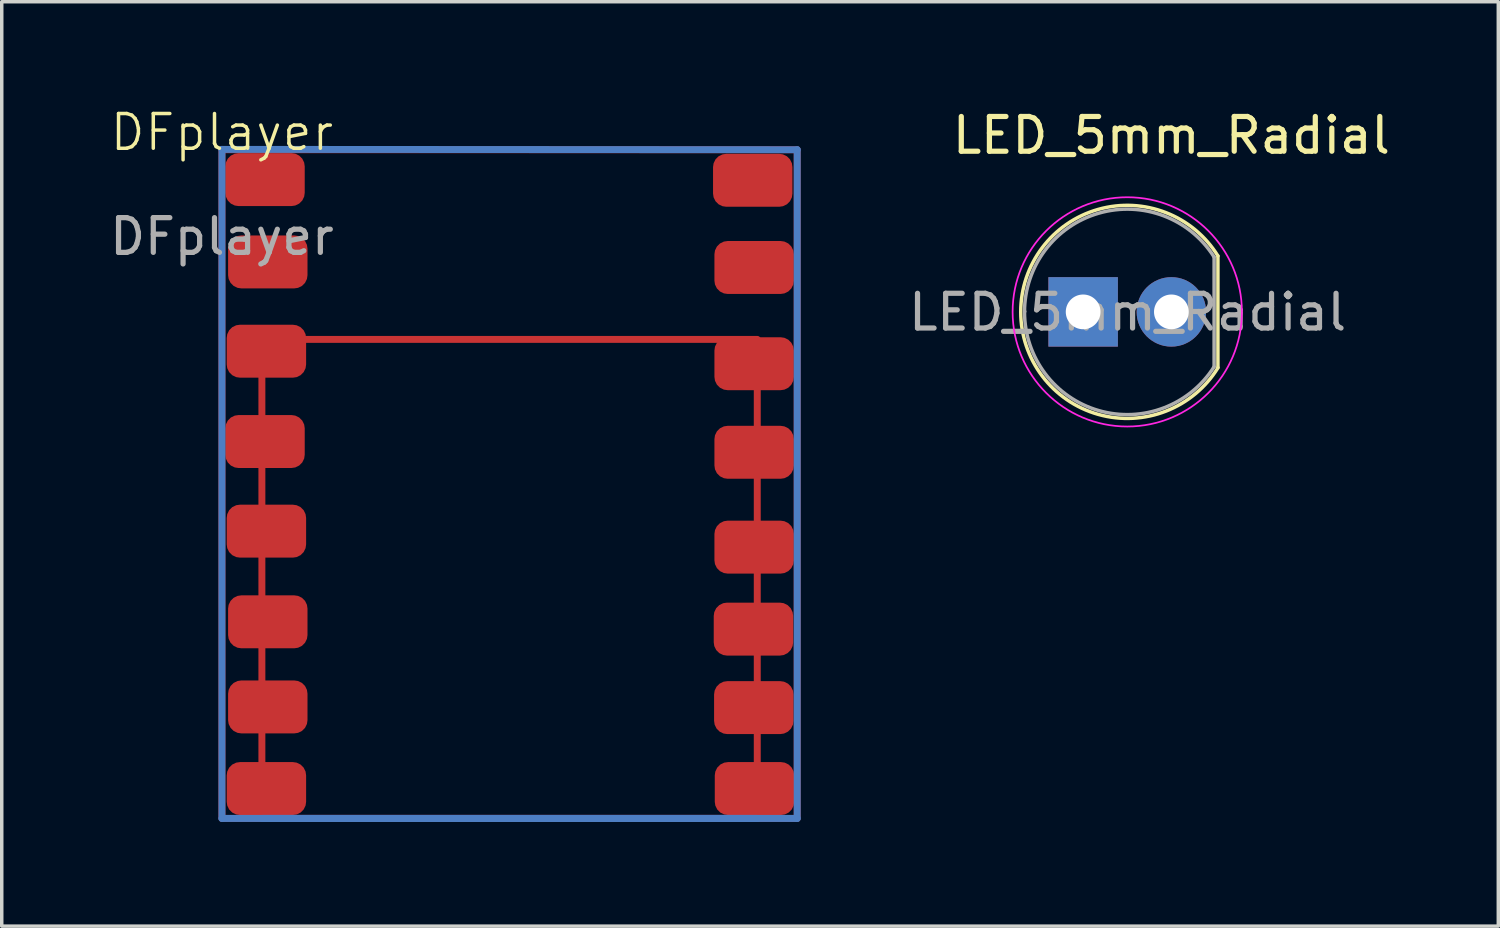
<source format=kicad_pcb>
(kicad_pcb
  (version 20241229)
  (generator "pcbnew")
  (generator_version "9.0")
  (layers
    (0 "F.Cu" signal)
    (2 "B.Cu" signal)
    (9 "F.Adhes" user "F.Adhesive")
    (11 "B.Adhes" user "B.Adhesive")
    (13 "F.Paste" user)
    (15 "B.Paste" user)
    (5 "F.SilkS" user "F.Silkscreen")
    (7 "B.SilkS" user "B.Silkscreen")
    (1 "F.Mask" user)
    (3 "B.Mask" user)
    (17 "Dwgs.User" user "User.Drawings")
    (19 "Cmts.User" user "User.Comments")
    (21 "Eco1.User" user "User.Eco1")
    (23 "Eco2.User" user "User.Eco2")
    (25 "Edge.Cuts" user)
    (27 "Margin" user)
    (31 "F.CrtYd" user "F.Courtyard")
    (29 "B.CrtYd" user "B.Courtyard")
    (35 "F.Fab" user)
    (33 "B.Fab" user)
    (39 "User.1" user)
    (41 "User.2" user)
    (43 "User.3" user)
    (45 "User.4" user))
  (footprint "LED_5mm_Radial"
    (layer "F.Cu")
    (at 30.67 5.928)
    (property "Reference" "LED_5mm_Radial" (at 0 -5.08 0) (layer "F.SilkS") (effects (font (size 1 1) (thickness 0.15))))
    (attr through_hole)
    (fp_line (start 1.34 1.6) (end 1.34 -1.61) (stroke (width 0.1) (type solid)) (layer "F.SilkS"))
    (fp_arc (start 1.341718 1.607211) (mid -4.336626 0.001638) (end 1.34 -1.61) (stroke (width 0.1) (type solid)) (layer "F.SilkS"))
    (fp_circle (center -1.27 0) (end -4.57 0) (stroke (width 0.05) (type solid)) (fill no) (layer "F.CrtYd"))
    (fp_line (start -4.22 -0.01) (end -4.22 -0.01) (stroke (width 0.1) (type solid)) (layer "F.Fab"))
    (fp_line (start 1.23 -1.58) (end 1.23 1.58) (stroke (width 0.1) (type solid)) (layer "F.Fab"))
    (fp_arc (start 1.23 1.58) (mid -4.227431 0) (end 1.23 -1.58) (stroke (width 0.1) (type solid)) (layer "F.Fab"))
    (fp_text user "${REFERENCE}" (at -1.26 0.01 0) (layer "F.Fab") (effects (font (size 1 1) (thickness 0.15))))
    (pad "1" thru_hole rect (at -2.54 0) (size 2 2) (drill 1) (layers "*.Cu" "*.Mask"))
    (pad "2" thru_hole circle (at 0 0) (size 2 2) (drill 1) (layers "*.Cu" "*.Mask")))
  (footprint "DFplayer"
    (layer "F.Cu")
    (at 3.339 1.26)
    (property "Reference" "DFplayer" (at 0 -0.5 0) (unlocked yes) (layer "F.SilkS") (effects (font (size 1 1) (thickness 0.1))))
    (attr smd)
    (fp_rect (start 0 19.25) (end 16.56 0) (stroke (width 0.2) (type default)) (fill no) (layer "F.Cu"))
    (fp_rect (start 1.15 19.25) (end 15.41 5.46) (stroke (width 0.2) (type default)) (fill no) (layer "F.Cu"))
    (fp_line (start 0 -0.01) (end 16.56 0) (stroke (width 0.2) (type default)) (layer "B.Cu"))
    (fp_line (start 0 19.25) (end 0 -0.01) (stroke (width 0.2) (type default)) (layer "B.Cu"))
    (fp_line (start 15.41 19.25) (end 1.16 19.25) (stroke (width 0.2) (type default)) (layer "B.Cu"))
    (fp_line (start 16.56 0) (end 16.56 19.25) (stroke (width 0.2) (type default)) (layer "B.Cu"))
    (fp_line (start 16.56 19.25) (end 0 19.25) (stroke (width 0.2) (type default)) (layer "B.Cu"))
    (fp_text user "${REFERENCE}" (at 0 2.5 0) (unlocked yes) (layer "F.Fab") (effects (font (size 1 1) (thickness 0.15))))
    (pad "1" smd roundrect (at 1.24 0.86) (size 2.286 1.524) (layers "F.Cu" "F.Mask" "F.Paste") (roundrect_rratio 0.25))
    (pad "2" smd roundrect (at 1.32 3.23) (size 2.286 1.524) (layers "F.Cu" "F.Mask" "F.Paste") (roundrect_rratio 0.25))
    (pad "3" smd roundrect (at 1.28 5.8) (size 2.286 1.524) (layers "F.Cu" "F.Mask" "F.Paste") (roundrect_rratio 0.25))
    (pad "4" smd roundrect (at 1.24 8.4) (size 2.286 1.524) (layers "F.Cu" "F.Mask" "F.Paste") (roundrect_rratio 0.25))
    (pad "5" smd roundrect (at 1.28 10.98) (size 2.286 1.524) (layers "F.Cu" "F.Mask" "F.Paste") (roundrect_rratio 0.25))
    (pad "6" smd roundrect (at 1.32 13.59) (size 2.286 1.524) (layers "F.Cu" "F.Mask" "F.Paste") (roundrect_rratio 0.25))
    (pad "7" smd roundrect (at 1.32 16.04) (size 2.286 1.524) (layers "F.Cu" "F.Mask" "F.Paste") (roundrect_rratio 0.25))
    (pad "8" smd roundrect (at 1.28 18.39) (size 2.286 1.524) (layers "F.Cu" "F.Mask" "F.Paste") (roundrect_rratio 0.25))
    (pad "9" smd roundrect (at 15.33 18.39) (size 2.286 1.524) (layers "F.Cu" "F.Mask" "F.Paste") (roundrect_rratio 0.25))
    (pad "10" smd roundrect (at 15.31 16.06) (size 2.286 1.524) (layers "F.Cu" "F.Mask" "F.Paste") (roundrect_rratio 0.25))
    (pad "11" smd roundrect (at 15.3 13.8) (size 2.286 1.524) (layers "F.Cu" "F.Mask" "F.Paste") (roundrect_rratio 0.25))
    (pad "12" smd roundrect (at 15.32 11.44) (size 2.286 1.524) (layers "F.Cu" "F.Mask" "F.Paste") (roundrect_rratio 0.25))
    (pad "13" smd roundrect (at 15.32 8.71) (size 2.286 1.524) (layers "F.Cu" "F.Mask" "F.Paste") (roundrect_rratio 0.25))
    (pad "14" smd roundrect (at 15.32 6.16) (size 2.286 1.524) (layers "F.Cu" "F.Mask" "F.Paste") (roundrect_rratio 0.25))
    (pad "15" smd roundrect (at 15.32 3.39) (size 2.286 1.524) (layers "F.Cu" "F.Mask" "F.Paste") (roundrect_rratio 0.25))
    (pad "16" smd roundrect (at 15.28 0.88) (size 2.286 1.524) (layers "F.Cu" "F.Mask" "F.Paste") (roundrect_rratio 0.25)))
  (gr_rect
    (start -3 -3)
    (end 40.081 23.61)
    (stroke (width 0.1) (type default))
    (fill no)
    (layer "Edge.Cuts")))
</source>
